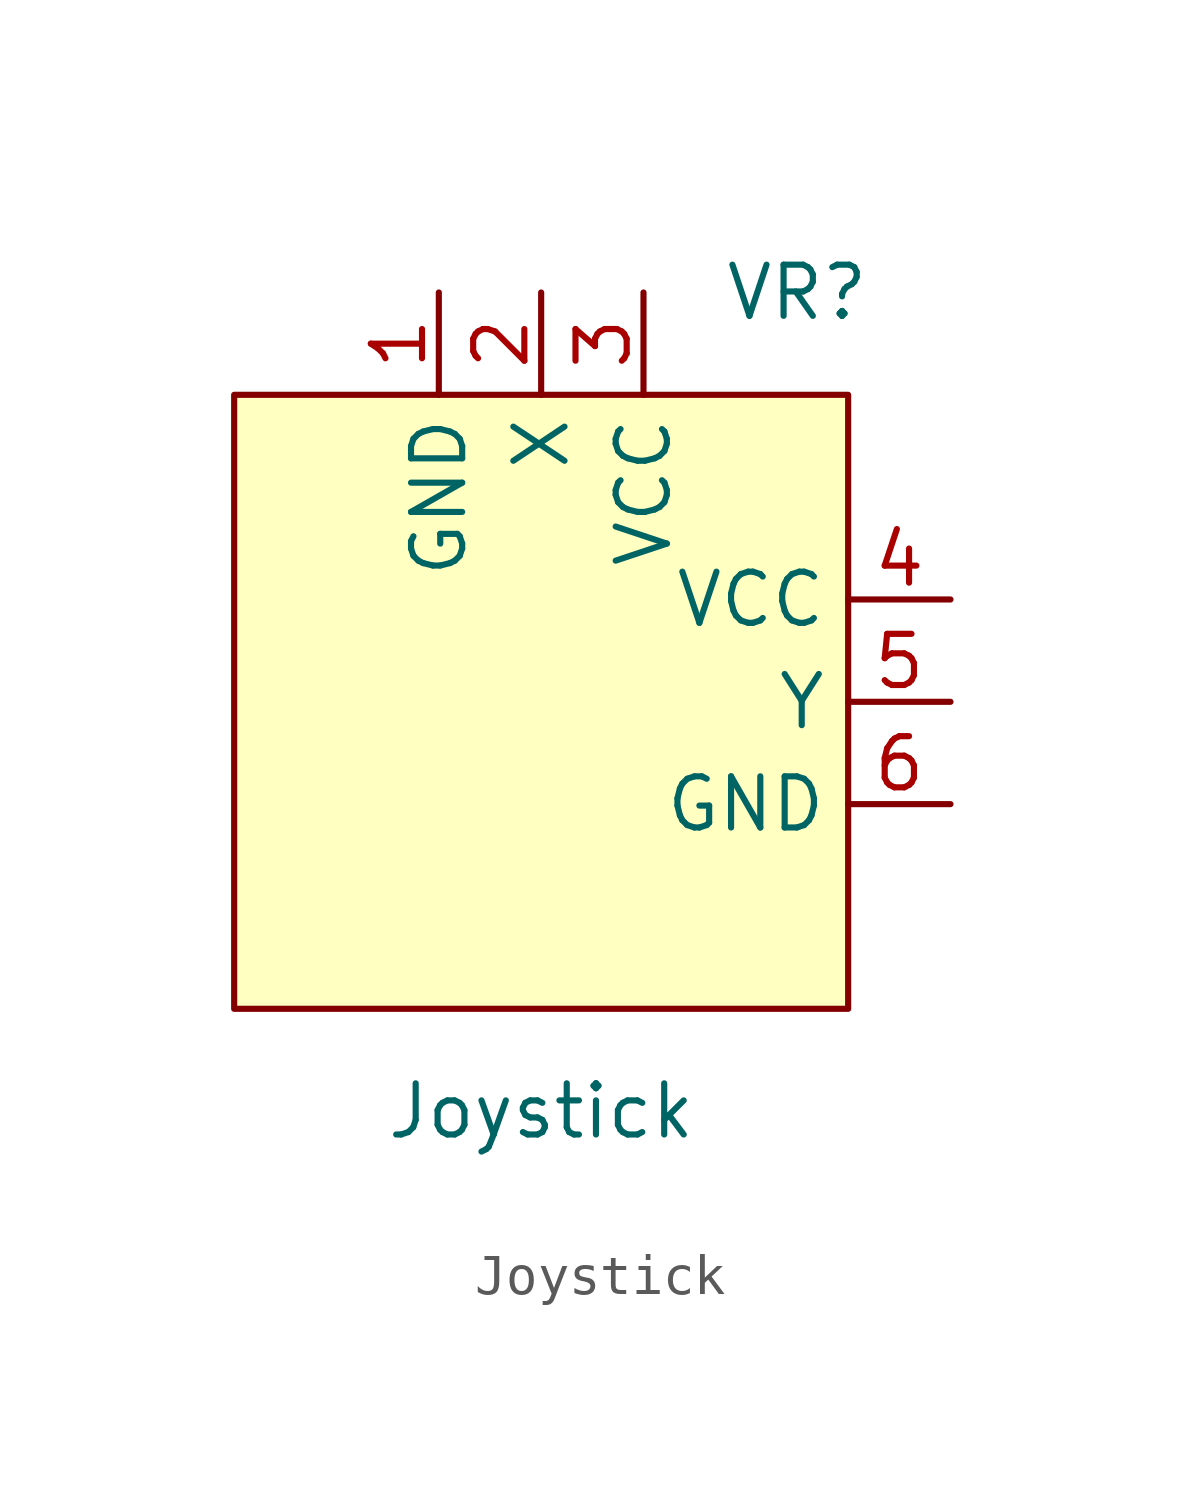
<source format=kicad_sym>
(kicad_symbol_lib
  (version 20211014)
  (generator kicad_symbol_editor)
  (symbol "Joystick"
    (property "Reference" "VR"
      (at 5.08 3.81 0)
      (effects (font (size 1.27 1.27))))
    (property "Value" "Joystick"
      (at -1.27 -16.51 0)
      (effects (font (size 1.27 1.27))))
    (symbol "Joystick_0_1"
      (rectangle (start -8.89 1.27) (end 6.35 -13.97) (stroke (width 0) (type default) (color 0 0 0 0)) (fill (type background))))
    (symbol "Joystick_1_1"
      (pin passive line (at -3.81 3.81 270) (length 2.54) (name "GND" (effects (font (size 1.27 1.27)))) (number "1" (effects (font (size 1.27 1.27)))))
      (pin passive line (at -1.27 3.81 270) (length 2.54) (name "X" (effects (font (size 1.27 1.27)))) (number "2" (effects (font (size 1.27 1.27)))))
      (pin passive line (at 1.27 3.81 270) (length 2.54) (name "VCC" (effects (font (size 1.27 1.27)))) (number "3" (effects (font (size 1.27 1.27)))))
      (pin passive line (at 8.89 -3.81 180) (length 2.54) (name "VCC" (effects (font (size 1.27 1.27)))) (number "4" (effects (font (size 1.27 1.27)))))
      (pin passive line (at 8.89 -6.35 180) (length 2.54) (name "Y" (effects (font (size 1.27 1.27)))) (number "5" (effects (font (size 1.27 1.27)))))
      (pin passive line (at 8.89 -8.89 180) (length 2.54) (name "GND" (effects (font (size 1.27 1.27)))) (number "6" (effects (font (size 1.27 1.27))))))))
</source>
